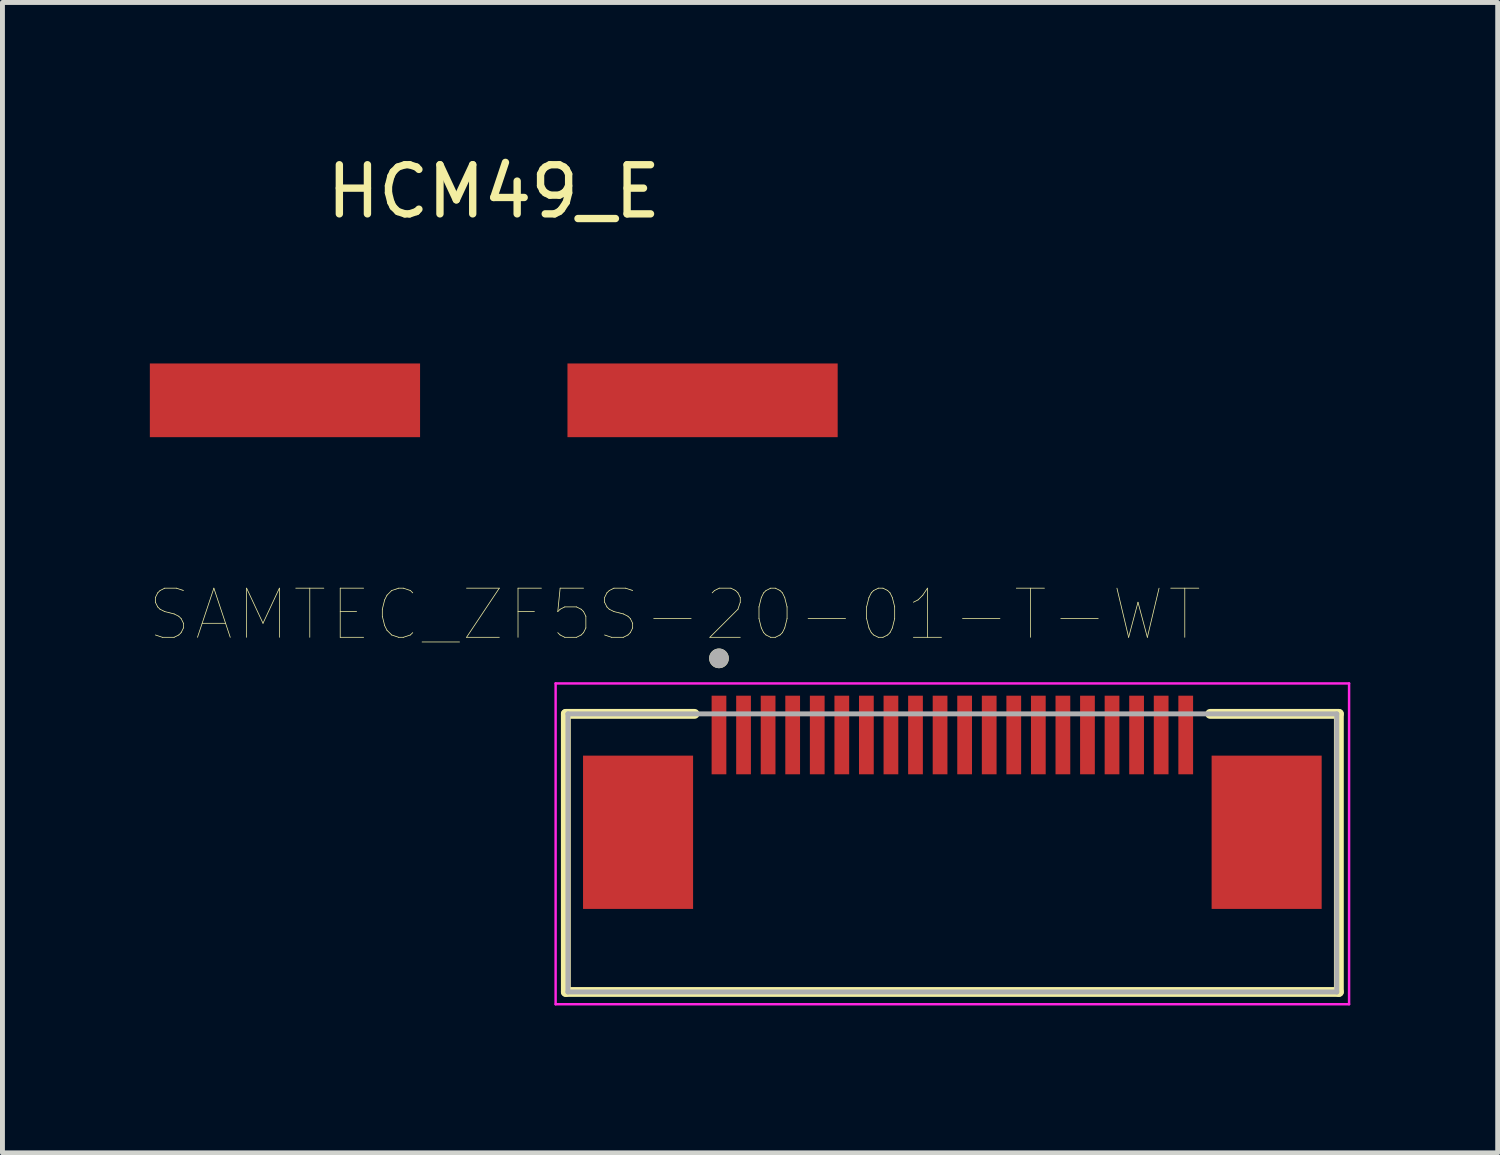
<source format=kicad_pcb>
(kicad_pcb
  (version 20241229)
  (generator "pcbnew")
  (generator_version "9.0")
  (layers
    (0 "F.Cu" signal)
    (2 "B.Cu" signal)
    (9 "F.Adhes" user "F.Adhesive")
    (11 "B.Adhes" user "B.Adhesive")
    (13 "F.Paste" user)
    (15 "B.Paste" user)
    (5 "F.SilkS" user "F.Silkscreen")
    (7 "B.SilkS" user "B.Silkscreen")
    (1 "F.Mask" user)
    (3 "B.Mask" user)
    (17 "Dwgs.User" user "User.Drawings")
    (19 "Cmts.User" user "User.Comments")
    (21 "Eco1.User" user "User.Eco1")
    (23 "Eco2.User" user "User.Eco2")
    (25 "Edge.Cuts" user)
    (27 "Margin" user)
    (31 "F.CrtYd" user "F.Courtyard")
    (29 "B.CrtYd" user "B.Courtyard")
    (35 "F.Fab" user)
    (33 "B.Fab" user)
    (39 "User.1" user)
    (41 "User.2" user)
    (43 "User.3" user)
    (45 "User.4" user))
  (footprint "HCM49_E"
    (layer "F.Cu")
    (at 7 5.098)
    (property "Reference" "HCM49_E" (at 0 -4.25 0) (unlocked yes) (layer "F.SilkS") (effects (font (size 1 1) (thickness 0.15))))
    (pad "1" smd rect (at -4.25 0) (size 5.5 1.5) (layers "F.Cu" "F.Mask" "F.Paste"))
    (pad "2" smd rect (at 4.25 0) (size 5.5 1.5) (layers "F.Cu" "F.Mask" "F.Paste")))
  (footprint "SAMTEC_ZF5S-20-01-T-WT"
    (layer "F.Cu")
    (at 16.334 13.89)
    (property "Reference" "SAMTEC_ZF5S-20-01-T-WT" (at -5.65 -4.43 0) (layer "F.SilkS") (effects (font (size 1 1) (thickness 0.015))))
    (attr through_hole)
    (fp_line (start -7.867 -2.41) (end -7.867 3.25) (stroke (width 0.2) (type solid)) (layer "F.SilkS"))
    (fp_line (start -7.867 -2.41) (end -5.247 -2.41) (stroke (width 0.2) (type solid)) (layer "F.SilkS"))
    (fp_line (start -7.867 3.25) (end 7.867 3.25) (stroke (width 0.2) (type solid)) (layer "F.SilkS"))
    (fp_line (start 7.867 -2.41) (end 5.247 -2.41) (stroke (width 0.2) (type solid)) (layer "F.SilkS"))
    (fp_line (start 7.867 -2.41) (end 7.867 3.25) (stroke (width 0.2) (type solid)) (layer "F.SilkS"))
    (fp_circle (center -4.75 -3.54) (end -4.65 -3.54) (stroke (width 0.2) (type solid)) (fill no) (layer "F.SilkS"))
    (fp_line (start -8.075 -3.03) (end 8.075 -3.03) (stroke (width 0.05) (type solid)) (layer "F.CrtYd"))
    (fp_line (start -8.075 3.5) (end -8.075 -3.03) (stroke (width 0.05) (type solid)) (layer "F.CrtYd"))
    (fp_line (start 8.075 -3.03) (end 8.075 3.5) (stroke (width 0.05) (type solid)) (layer "F.CrtYd"))
    (fp_line (start 8.075 3.5) (end -8.075 3.5) (stroke (width 0.05) (type solid)) (layer "F.CrtYd"))
    (fp_line (start -7.825 -2.41) (end 7.825 -2.41) (stroke (width 0.1) (type solid)) (layer "F.Fab"))
    (fp_line (start -7.825 3.25) (end -7.825 -2.41) (stroke (width 0.1) (type solid)) (layer "F.Fab"))
    (fp_line (start 7.825 -2.41) (end 7.825 3.25) (stroke (width 0.1) (type solid)) (layer "F.Fab"))
    (fp_line (start 7.825 3.25) (end -7.825 3.25) (stroke (width 0.1) (type solid)) (layer "F.Fab"))
    (fp_circle (center -4.75 -3.54) (end -4.65 -3.54) (stroke (width 0.2) (type solid)) (fill no) (layer "F.Fab"))
    (pad "01" smd rect (at -4.75 -1.98) (size 0.3 1.6) (layers "F.Cu" "F.Mask" "F.Paste"))
    (pad "02" smd rect (at -4.25 -1.98) (size 0.3 1.6) (layers "F.Cu" "F.Mask" "F.Paste"))
    (pad "03" smd rect (at -3.75 -1.98) (size 0.3 1.6) (layers "F.Cu" "F.Mask" "F.Paste"))
    (pad "04" smd rect (at -3.25 -1.98) (size 0.3 1.6) (layers "F.Cu" "F.Mask" "F.Paste"))
    (pad "05" smd rect (at -2.75 -1.98) (size 0.3 1.6) (layers "F.Cu" "F.Mask" "F.Paste"))
    (pad "06" smd rect (at -2.25 -1.98) (size 0.3 1.6) (layers "F.Cu" "F.Mask" "F.Paste"))
    (pad "07" smd rect (at -1.75 -1.98) (size 0.3 1.6) (layers "F.Cu" "F.Mask" "F.Paste"))
    (pad "08" smd rect (at -1.25 -1.98) (size 0.3 1.6) (layers "F.Cu" "F.Mask" "F.Paste"))
    (pad "09" smd rect (at -0.75 -1.98) (size 0.3 1.6) (layers "F.Cu" "F.Mask" "F.Paste"))
    (pad "10" smd rect (at -0.25 -1.98) (size 0.3 1.6) (layers "F.Cu" "F.Mask" "F.Paste"))
    (pad "11" smd rect (at 0.25 -1.98) (size 0.3 1.6) (layers "F.Cu" "F.Mask" "F.Paste"))
    (pad "12" smd rect (at 0.75 -1.98) (size 0.3 1.6) (layers "F.Cu" "F.Mask" "F.Paste"))
    (pad "13" smd rect (at 1.25 -1.98) (size 0.3 1.6) (layers "F.Cu" "F.Mask" "F.Paste"))
    (pad "14" smd rect (at 1.75 -1.98) (size 0.3 1.6) (layers "F.Cu" "F.Mask" "F.Paste"))
    (pad "15" smd rect (at 2.25 -1.98) (size 0.3 1.6) (layers "F.Cu" "F.Mask" "F.Paste"))
    (pad "16" smd rect (at 2.75 -1.98) (size 0.3 1.6) (layers "F.Cu" "F.Mask" "F.Paste"))
    (pad "17" smd rect (at 3.25 -1.98) (size 0.3 1.6) (layers "F.Cu" "F.Mask" "F.Paste"))
    (pad "18" smd rect (at 3.75 -1.98) (size 0.3 1.6) (layers "F.Cu" "F.Mask" "F.Paste"))
    (pad "19" smd rect (at 4.25 -1.98) (size 0.3 1.6) (layers "F.Cu" "F.Mask" "F.Paste"))
    (pad "20" smd rect (at 4.75 -1.98) (size 0.3 1.6) (layers "F.Cu" "F.Mask" "F.Paste"))
    (pad "S1" smd rect (at -6.397 0) (size 2.24 3.12) (layers "F.Cu" "F.Mask" "F.Paste"))
    (pad "S2" smd rect (at 6.397 0) (size 2.24 3.12) (layers "F.Cu" "F.Mask" "F.Paste")))
  (gr_rect
    (start -3 -3)
    (end 27.434 20.415)
    (stroke (width 0.1) (type default))
    (fill no)
    (layer "Edge.Cuts")))
</source>
